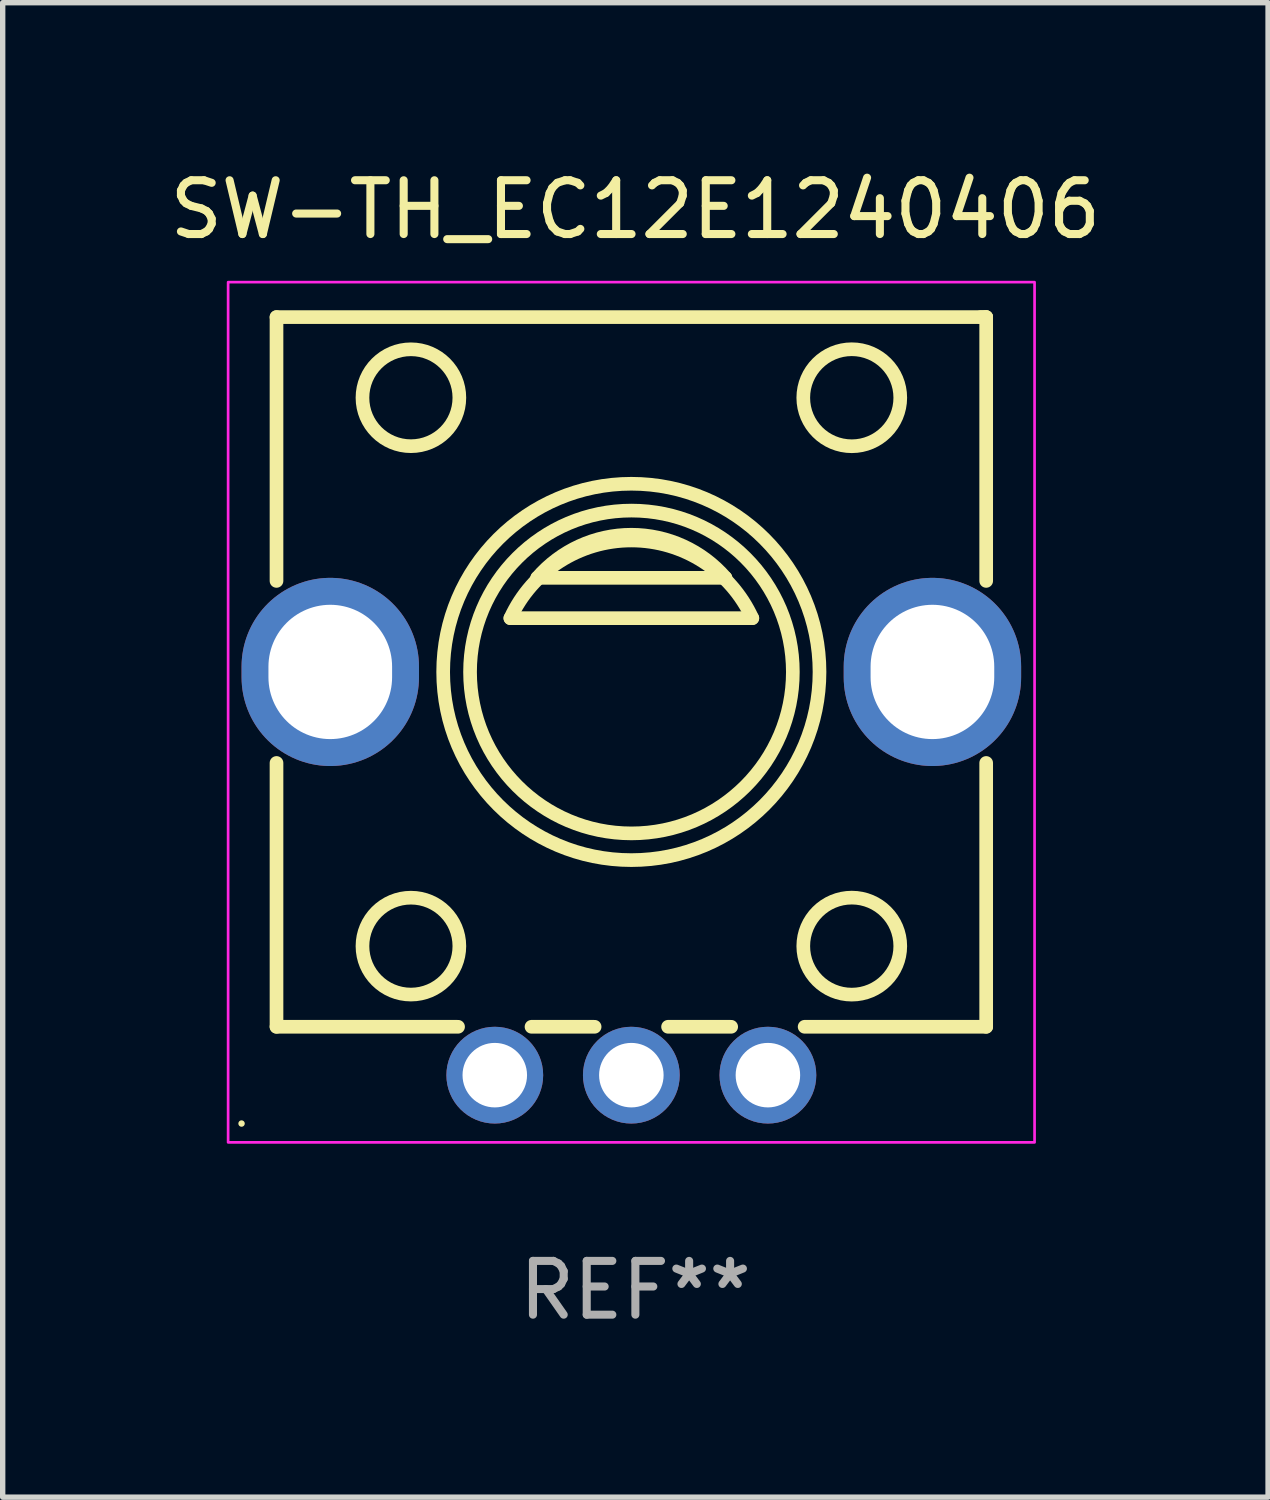
<source format=kicad_pcb>
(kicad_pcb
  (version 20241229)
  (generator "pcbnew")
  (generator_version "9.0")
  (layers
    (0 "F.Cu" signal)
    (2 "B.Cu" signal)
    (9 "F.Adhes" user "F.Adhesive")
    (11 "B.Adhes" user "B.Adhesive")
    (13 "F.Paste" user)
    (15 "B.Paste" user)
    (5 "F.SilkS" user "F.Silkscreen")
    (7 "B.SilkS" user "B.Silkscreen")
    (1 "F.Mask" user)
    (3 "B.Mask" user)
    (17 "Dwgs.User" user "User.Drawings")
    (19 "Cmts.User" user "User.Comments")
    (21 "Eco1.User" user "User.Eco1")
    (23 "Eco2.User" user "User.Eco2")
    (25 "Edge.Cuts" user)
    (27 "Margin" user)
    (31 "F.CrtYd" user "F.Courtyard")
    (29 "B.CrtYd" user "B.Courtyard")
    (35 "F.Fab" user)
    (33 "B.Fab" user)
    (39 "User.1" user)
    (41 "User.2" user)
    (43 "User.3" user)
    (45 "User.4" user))
  (footprint "SW-TH_EC12E1240406"
    (layer "F.Cu")
    (at 8.693 13.198)
    (property "Reference" "SW-TH_EC12E1240406" (at 0.075 -12.35 0) (layer "F.SilkS") (effects (font (size 1 1) (thickness 0.15))))
    (attr through_hole)
    (fp_line (start -6.6 -10.35) (end 6.6 -10.35) (stroke (width 0.254) (type solid)) (layer "F.SilkS"))
    (fp_line (start -6.6 -5.443) (end -6.6 -10.35) (stroke (width 0.254) (type solid)) (layer "F.SilkS"))
    (fp_line (start -6.6 2.85) (end -6.6 -2.057) (stroke (width 0.254) (type solid)) (layer "F.SilkS"))
    (fp_line (start -3.223 2.85) (end -6.6 2.85) (stroke (width 0.254) (type solid)) (layer "F.SilkS"))
    (fp_line (start -2.25 -4.75) (end 2.25 -4.75) (stroke (width 0.254) (type solid)) (layer "F.SilkS"))
    (fp_line (start -1.75 -5.5) (end 1.75 -5.5) (stroke (width 0.254) (type solid)) (layer "F.SilkS"))
    (fp_line (start -0.683 2.85) (end -1.857 2.85) (stroke (width 0.254) (type solid)) (layer "F.SilkS"))
    (fp_line (start 1.857 2.85) (end 0.683 2.85) (stroke (width 0.254) (type solid)) (layer "F.SilkS"))
    (fp_line (start 6.5 -10.35) (end 6.6 -10.35) (stroke (width 0.254) (type solid)) (layer "F.SilkS"))
    (fp_line (start 6.6 -5.443) (end 6.6 -10.35) (stroke (width 0.254) (type solid)) (layer "F.SilkS"))
    (fp_line (start 6.6 2.85) (end 3.223 2.85) (stroke (width 0.254) (type solid)) (layer "F.SilkS"))
    (fp_line (start 6.6 2.85) (end 6.6 -2.057) (stroke (width 0.254) (type solid)) (layer "F.SilkS"))
    (fp_arc (start -2.249988 -4.750062) (mid 0.000012 -6.195222) (end 2.250013 -4.750064) (stroke (width 0.254001) (type solid)) (layer "F.SilkS"))
    (fp_arc (start -1.749987 -5.500051) (mid 0.000013 -6.301796) (end 1.750013 -5.500051) (stroke (width 0.254001) (type solid)) (layer "F.SilkS"))
    (fp_circle (center -7.25 4.65) (end -7.22 4.65) (stroke (width 0.06) (type solid)) (fill no) (layer "F.SilkS"))
    (fp_circle (center -4.1 -8.85) (end -3.199 -8.85) (stroke (width 0.254) (type solid)) (fill no) (layer "F.SilkS"))
    (fp_circle (center -4.1 1.35) (end -3.199 1.35) (stroke (width 0.254) (type solid)) (fill no) (layer "F.SilkS"))
    (fp_circle (center 0 -3.75) (end 3.5 -3.75) (stroke (width 0.254) (type solid)) (fill no) (layer "F.SilkS"))
    (fp_circle (center 0.002 -3.749) (end 3.004 -3.749) (stroke (width 0.254) (type solid)) (fill no) (layer "F.SilkS"))
    (fp_circle (center 4.1 -8.85) (end 5.002 -8.85) (stroke (width 0.254) (type solid)) (fill no) (layer "F.SilkS"))
    (fp_circle (center 4.1 1.35) (end 5.002 1.35) (stroke (width 0.254) (type solid)) (fill no) (layer "F.SilkS"))
    (fp_rect (start -7.5 -11) (end 7.5 5) (stroke (width 0.05) (type default)) (fill no) (layer "F.CrtYd"))
    (fp_text user "REF**" (at 0.075 7.75 0) (layer "F.Fab") (effects (font (size 1 1) (thickness 0.15))))
    (pad "A" thru_hole circle (at -2.54 3.75) (size 1.8 1.8) (drill 1.2) (layers "*.Cu" "*.Mask"))
    (pad "B" thru_hole circle (at 2.54 3.75) (size 1.8 1.8) (drill 1.2) (layers "*.Cu" "*.Mask"))
    (pad "C" thru_hole circle (at 0 3.75) (size 1.8 1.8) (drill 1.2) (layers "*.Cu" "*.Mask"))
    (pad "D" thru_hole oval (at 5.6 -3.75 90) (size 3.5 3.3) (drill oval 2.498 2.3) (layers "*.Cu" "*.Mask"))
    (pad "E" thru_hole oval (at -5.6 -3.75 90) (size 3.5 3.3) (drill oval 2.498 2.3) (layers "*.Cu" "*.Mask")))
  (gr_rect
    (start -3 -3)
    (end 20.536 24.797)
    (stroke (width 0.1) (type default))
    (fill no)
    (layer "Edge.Cuts")))
</source>
